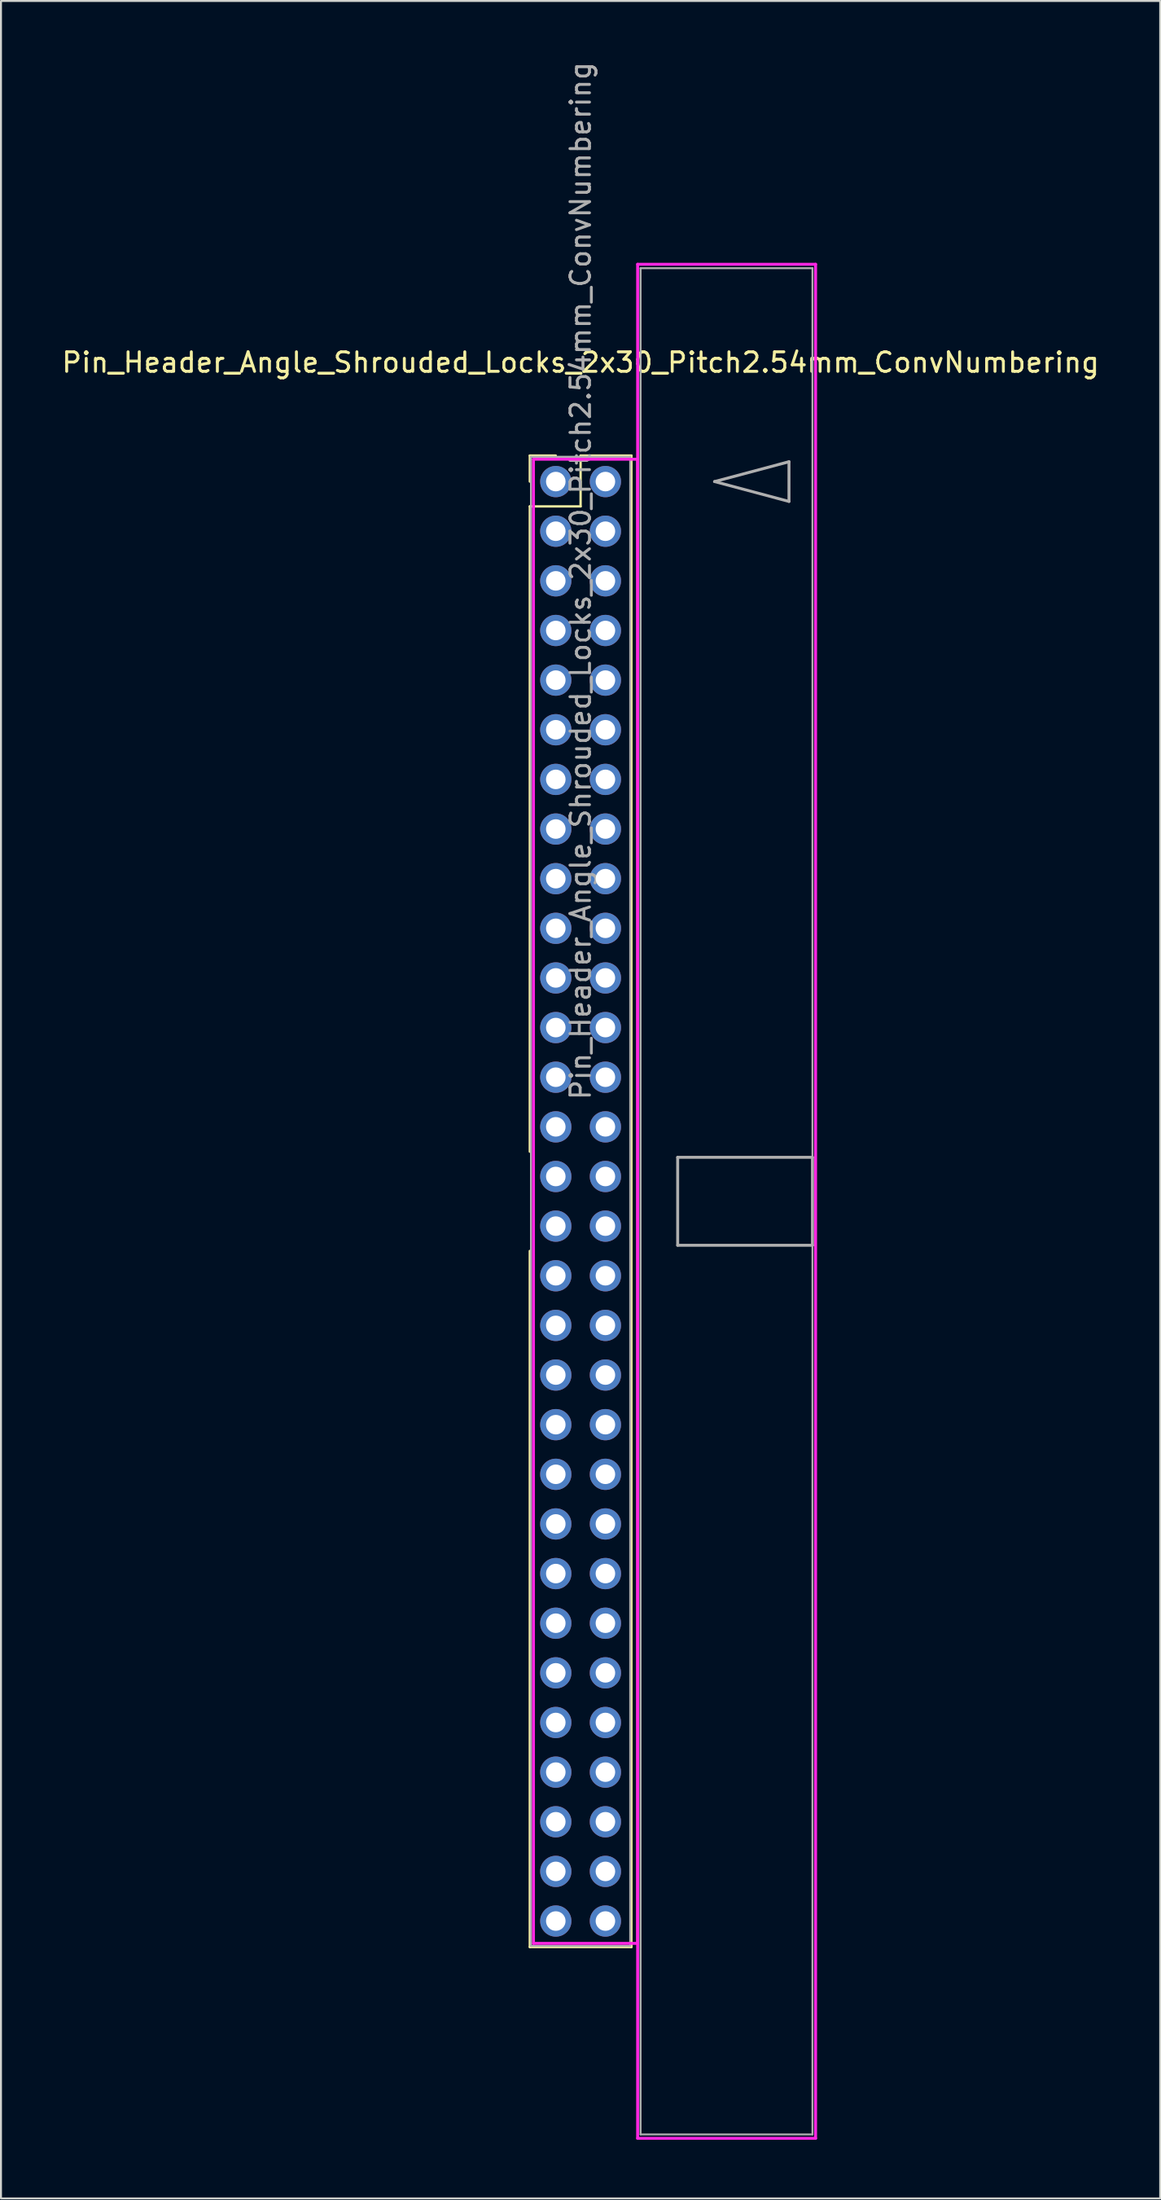
<source format=kicad_pcb>
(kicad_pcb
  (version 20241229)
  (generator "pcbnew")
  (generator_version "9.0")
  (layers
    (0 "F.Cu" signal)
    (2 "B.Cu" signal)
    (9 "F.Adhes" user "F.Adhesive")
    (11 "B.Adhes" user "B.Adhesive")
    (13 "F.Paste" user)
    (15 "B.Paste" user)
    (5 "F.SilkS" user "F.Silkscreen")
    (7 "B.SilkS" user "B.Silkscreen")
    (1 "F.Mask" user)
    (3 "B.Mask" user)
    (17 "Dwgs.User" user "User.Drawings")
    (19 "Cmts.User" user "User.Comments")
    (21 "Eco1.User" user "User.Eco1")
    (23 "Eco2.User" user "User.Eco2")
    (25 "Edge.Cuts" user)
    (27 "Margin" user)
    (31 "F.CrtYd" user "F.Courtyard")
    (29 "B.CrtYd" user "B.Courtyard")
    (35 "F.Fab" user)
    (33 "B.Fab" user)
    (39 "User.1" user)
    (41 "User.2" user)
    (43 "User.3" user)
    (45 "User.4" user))
  (footprint "Pin_Header_Angle_Shrouded_Locks_2x30_Pitch2.54mm_ConvNumbering"
    (layer "F.Cu")
    (at 25.403 21.593)
    (property "Reference" "Pin_Header_Angle_Shrouded_Locks_2x30_Pitch2.54mm_ConvNumbering" (at 1.27 -6.096 0) (layer "F.SilkS") (effects (font (size 1 1) (thickness 0.15))))
    (attr through_hole)
    (fp_line (start -1.33 -1.33) (end 0 -1.33) (stroke (width 0.12) (type solid)) (layer "F.SilkS"))
    (fp_line (start -1.33 0) (end -1.33 -1.33) (stroke (width 0.12) (type solid)) (layer "F.SilkS"))
    (fp_line (start -1.33 1.27) (end -1.33 34.29) (stroke (width 0.12) (type solid)) (layer "F.SilkS"))
    (fp_line (start -1.33 1.27) (end 1.27 1.27) (stroke (width 0.12) (type solid)) (layer "F.SilkS"))
    (fp_line (start -1.33 39.37) (end -1.33 74.99) (stroke (width 0.12) (type solid)) (layer "F.SilkS"))
    (fp_line (start -1.33 74.99) (end 3.87 74.99) (stroke (width 0.12) (type solid)) (layer "F.SilkS"))
    (fp_line (start 1.27 -1.33) (end 3.87 -1.33) (stroke (width 0.12) (type solid)) (layer "F.SilkS"))
    (fp_line (start 1.27 1.27) (end 1.27 -1.33) (stroke (width 0.12) (type solid)) (layer "F.SilkS"))
    (fp_line (start 3.87 -1.33) (end 3.87 74.99) (stroke (width 0.12) (type solid)) (layer "F.SilkS"))
    (fp_line (start -1.143 -1.143) (end -1.143 74.803) (stroke (width 0.15) (type solid)) (layer "F.CrtYd"))
    (fp_line (start -1.143 74.803) (end 4.19 74.803) (stroke (width 0.15) (type solid)) (layer "F.CrtYd"))
    (fp_line (start 4.19 -11.12) (end 4.19 84.78) (stroke (width 0.15) (type solid)) (layer "F.CrtYd"))
    (fp_line (start 4.19 -1.143) (end -1.143 -1.143) (stroke (width 0.15) (type solid)) (layer "F.CrtYd"))
    (fp_line (start 4.19 74.803) (end 4.19 -1.143) (stroke (width 0.15) (type solid)) (layer "F.CrtYd"))
    (fp_line (start 4.19 84.78) (end 13.3 84.78) (stroke (width 0.15) (type solid)) (layer "F.CrtYd"))
    (fp_line (start 13.3 -11.12) (end 4.19 -11.12) (stroke (width 0.15) (type solid)) (layer "F.CrtYd"))
    (fp_line (start 13.3 84.78) (end 13.3 -11.12) (stroke (width 0.15) (type solid)) (layer "F.CrtYd"))
    (fp_line (start -1.27 -1.27) (end -1.27 74.93) (stroke (width 0.1) (type solid)) (layer "F.Fab"))
    (fp_line (start -1.27 74.93) (end 3.81 74.93) (stroke (width 0.1) (type solid)) (layer "F.Fab"))
    (fp_line (start 3.81 -1.27) (end -1.27 -1.27) (stroke (width 0.1) (type solid)) (layer "F.Fab"))
    (fp_line (start 3.81 74.93) (end 3.81 -1.27) (stroke (width 0.1) (type solid)) (layer "F.Fab"))
    (fp_line (start 4.34 -10.92) (end 4.34 84.58) (stroke (width 0.1) (type solid)) (layer "F.Fab"))
    (fp_line (start 4.34 84.58) (end 13.14 84.58) (stroke (width 0.1) (type solid)) (layer "F.Fab"))
    (fp_line (start 6.24 34.58) (end 6.24 39.08) (stroke (width 0.15) (type solid)) (layer "F.Fab"))
    (fp_line (start 6.24 39.08) (end 13.14 39.08) (stroke (width 0.15) (type solid)) (layer "F.Fab"))
    (fp_line (start 8.128 0) (end 11.938 -1.016) (stroke (width 0.15) (type solid)) (layer "F.Fab"))
    (fp_line (start 11.938 -1.016) (end 11.938 1.016) (stroke (width 0.15) (type solid)) (layer "F.Fab"))
    (fp_line (start 11.938 1.016) (end 8.128 0) (stroke (width 0.15) (type solid)) (layer "F.Fab"))
    (fp_line (start 13.14 -10.92) (end 4.34 -10.92) (stroke (width 0.1) (type solid)) (layer "F.Fab"))
    (fp_line (start 13.14 34.58) (end 6.24 34.58) (stroke (width 0.15) (type solid)) (layer "F.Fab"))
    (fp_line (start 13.14 39.08) (end 13.14 34.58) (stroke (width 0.15) (type solid)) (layer "F.Fab"))
    (fp_line (start 13.14 84.58) (end 13.14 -10.92) (stroke (width 0.1) (type solid)) (layer "F.Fab"))
    (fp_text user "${REFERENCE}" (at 1.27 5.08 90) (layer "F.Fab") (effects (font (size 1 1) (thickness 0.15))))
    (pad "1" thru_hole oval (at 0 0) (size 1.6 1.6) (drill 1) (layers "*.Cu" "*.Mask"))
    (pad "2" thru_hole oval (at 2.54 0) (size 1.6 1.6) (drill 1) (layers "*.Cu" "*.Mask"))
    (pad "3" thru_hole oval (at 0 2.54) (size 1.6 1.6) (drill 1) (layers "*.Cu" "*.Mask"))
    (pad "4" thru_hole oval (at 2.54 2.54) (size 1.6 1.6) (drill 1) (layers "*.Cu" "*.Mask"))
    (pad "5" thru_hole oval (at 0 5.08) (size 1.6 1.6) (drill 1) (layers "*.Cu" "*.Mask"))
    (pad "6" thru_hole oval (at 2.54 5.08) (size 1.6 1.6) (drill 1) (layers "*.Cu" "*.Mask"))
    (pad "7" thru_hole oval (at 0 7.62) (size 1.6 1.6) (drill 1) (layers "*.Cu" "*.Mask"))
    (pad "8" thru_hole oval (at 2.54 7.62) (size 1.6 1.6) (drill 1) (layers "*.Cu" "*.Mask"))
    (pad "9" thru_hole oval (at 0 10.16) (size 1.6 1.6) (drill 1) (layers "*.Cu" "*.Mask"))
    (pad "10" thru_hole oval (at 2.54 10.16) (size 1.6 1.6) (drill 1) (layers "*.Cu" "*.Mask"))
    (pad "11" thru_hole oval (at 0 12.7) (size 1.6 1.6) (drill 1) (layers "*.Cu" "*.Mask"))
    (pad "12" thru_hole oval (at 2.54 12.7) (size 1.6 1.6) (drill 1) (layers "*.Cu" "*.Mask"))
    (pad "13" thru_hole oval (at 0 15.24) (size 1.6 1.6) (drill 1) (layers "*.Cu" "*.Mask"))
    (pad "14" thru_hole oval (at 2.54 15.24) (size 1.6 1.6) (drill 1) (layers "*.Cu" "*.Mask"))
    (pad "15" thru_hole oval (at 0 17.78) (size 1.6 1.6) (drill 1) (layers "*.Cu" "*.Mask"))
    (pad "16" thru_hole oval (at 2.54 17.78) (size 1.6 1.6) (drill 1) (layers "*.Cu" "*.Mask"))
    (pad "17" thru_hole oval (at 0 20.32) (size 1.6 1.6) (drill 1) (layers "*.Cu" "*.Mask"))
    (pad "18" thru_hole oval (at 2.54 20.32) (size 1.6 1.6) (drill 1) (layers "*.Cu" "*.Mask"))
    (pad "19" thru_hole oval (at 0 22.86) (size 1.6 1.6) (drill 1) (layers "*.Cu" "*.Mask"))
    (pad "20" thru_hole oval (at 2.54 22.86) (size 1.6 1.6) (drill 1) (layers "*.Cu" "*.Mask"))
    (pad "21" thru_hole oval (at 0 25.4) (size 1.6 1.6) (drill 1) (layers "*.Cu" "*.Mask"))
    (pad "22" thru_hole oval (at 2.54 25.4) (size 1.6 1.6) (drill 1) (layers "*.Cu" "*.Mask"))
    (pad "23" thru_hole oval (at 0 27.94) (size 1.6 1.6) (drill 1) (layers "*.Cu" "*.Mask"))
    (pad "24" thru_hole oval (at 2.54 27.94) (size 1.6 1.6) (drill 1) (layers "*.Cu" "*.Mask"))
    (pad "25" thru_hole oval (at 0 30.48) (size 1.6 1.6) (drill 1) (layers "*.Cu" "*.Mask"))
    (pad "26" thru_hole oval (at 2.54 30.48) (size 1.6 1.6) (drill 1) (layers "*.Cu" "*.Mask"))
    (pad "27" thru_hole oval (at 0 33.02) (size 1.6 1.6) (drill 1) (layers "*.Cu" "*.Mask"))
    (pad "28" thru_hole oval (at 2.54 33.02) (size 1.6 1.6) (drill 1) (layers "*.Cu" "*.Mask"))
    (pad "29" thru_hole oval (at 0 35.56) (size 1.6 1.6) (drill 1) (layers "*.Cu" "*.Mask"))
    (pad "30" thru_hole oval (at 2.54 35.56) (size 1.6 1.6) (drill 1) (layers "*.Cu" "*.Mask"))
    (pad "31" thru_hole oval (at 0 38.1) (size 1.6 1.6) (drill 1) (layers "*.Cu" "*.Mask"))
    (pad "32" thru_hole oval (at 2.54 38.1) (size 1.6 1.6) (drill 1) (layers "*.Cu" "*.Mask"))
    (pad "33" thru_hole oval (at 0 40.64) (size 1.6 1.6) (drill 1) (layers "*.Cu" "*.Mask"))
    (pad "34" thru_hole oval (at 2.54 40.64) (size 1.6 1.6) (drill 1) (layers "*.Cu" "*.Mask"))
    (pad "35" thru_hole oval (at 0 43.18) (size 1.6 1.6) (drill 1) (layers "*.Cu" "*.Mask"))
    (pad "36" thru_hole oval (at 2.54 43.18) (size 1.6 1.6) (drill 1) (layers "*.Cu" "*.Mask"))
    (pad "37" thru_hole oval (at 0 45.72) (size 1.6 1.6) (drill 1) (layers "*.Cu" "*.Mask"))
    (pad "38" thru_hole oval (at 2.54 45.72) (size 1.6 1.6) (drill 1) (layers "*.Cu" "*.Mask"))
    (pad "39" thru_hole oval (at 0 48.26) (size 1.6 1.6) (drill 1) (layers "*.Cu" "*.Mask"))
    (pad "40" thru_hole oval (at 2.54 48.26) (size 1.6 1.6) (drill 1) (layers "*.Cu" "*.Mask"))
    (pad "41" thru_hole oval (at 0 50.8) (size 1.6 1.6) (drill 1) (layers "*.Cu" "*.Mask"))
    (pad "42" thru_hole oval (at 2.54 50.8) (size 1.6 1.6) (drill 1) (layers "*.Cu" "*.Mask"))
    (pad "43" thru_hole oval (at 0 53.34) (size 1.6 1.6) (drill 1) (layers "*.Cu" "*.Mask"))
    (pad "44" thru_hole oval (at 2.54 53.34) (size 1.6 1.6) (drill 1) (layers "*.Cu" "*.Mask"))
    (pad "45" thru_hole oval (at 0 55.88) (size 1.6 1.6) (drill 1) (layers "*.Cu" "*.Mask"))
    (pad "46" thru_hole oval (at 2.54 55.88) (size 1.6 1.6) (drill 1) (layers "*.Cu" "*.Mask"))
    (pad "47" thru_hole oval (at 0 58.42) (size 1.6 1.6) (drill 1) (layers "*.Cu" "*.Mask"))
    (pad "48" thru_hole oval (at 2.54 58.42) (size 1.6 1.6) (drill 1) (layers "*.Cu" "*.Mask"))
    (pad "49" thru_hole oval (at 0 60.96) (size 1.6 1.6) (drill 1) (layers "*.Cu" "*.Mask"))
    (pad "50" thru_hole oval (at 2.54 60.96) (size 1.6 1.6) (drill 1) (layers "*.Cu" "*.Mask"))
    (pad "51" thru_hole oval (at 0 63.5) (size 1.6 1.6) (drill 1) (layers "*.Cu" "*.Mask"))
    (pad "52" thru_hole oval (at 2.54 63.5) (size 1.6 1.6) (drill 1) (layers "*.Cu" "*.Mask"))
    (pad "53" thru_hole oval (at 0 66.04) (size 1.6 1.6) (drill 1) (layers "*.Cu" "*.Mask"))
    (pad "54" thru_hole oval (at 2.54 66.04) (size 1.6 1.6) (drill 1) (layers "*.Cu" "*.Mask"))
    (pad "55" thru_hole oval (at 0 68.58) (size 1.6 1.6) (drill 1) (layers "*.Cu" "*.Mask"))
    (pad "56" thru_hole oval (at 2.54 68.58) (size 1.6 1.6) (drill 1) (layers "*.Cu" "*.Mask"))
    (pad "57" thru_hole oval (at 0 71.12) (size 1.6 1.6) (drill 1) (layers "*.Cu" "*.Mask"))
    (pad "58" thru_hole oval (at 2.54 71.12) (size 1.6 1.6) (drill 1) (layers "*.Cu" "*.Mask"))
    (pad "59" thru_hole oval (at 0 73.66) (size 1.6 1.6) (drill 1) (layers "*.Cu" "*.Mask"))
    (pad "60" thru_hole oval (at 2.54 73.66) (size 1.6 1.6) (drill 1) (layers "*.Cu" "*.Mask")))
  (gr_rect
    (start -3 -3)
    (end 56.345 109.448)
    (stroke (width 0.1) (type default))
    (fill no)
    (layer "Edge.Cuts")))
</source>
